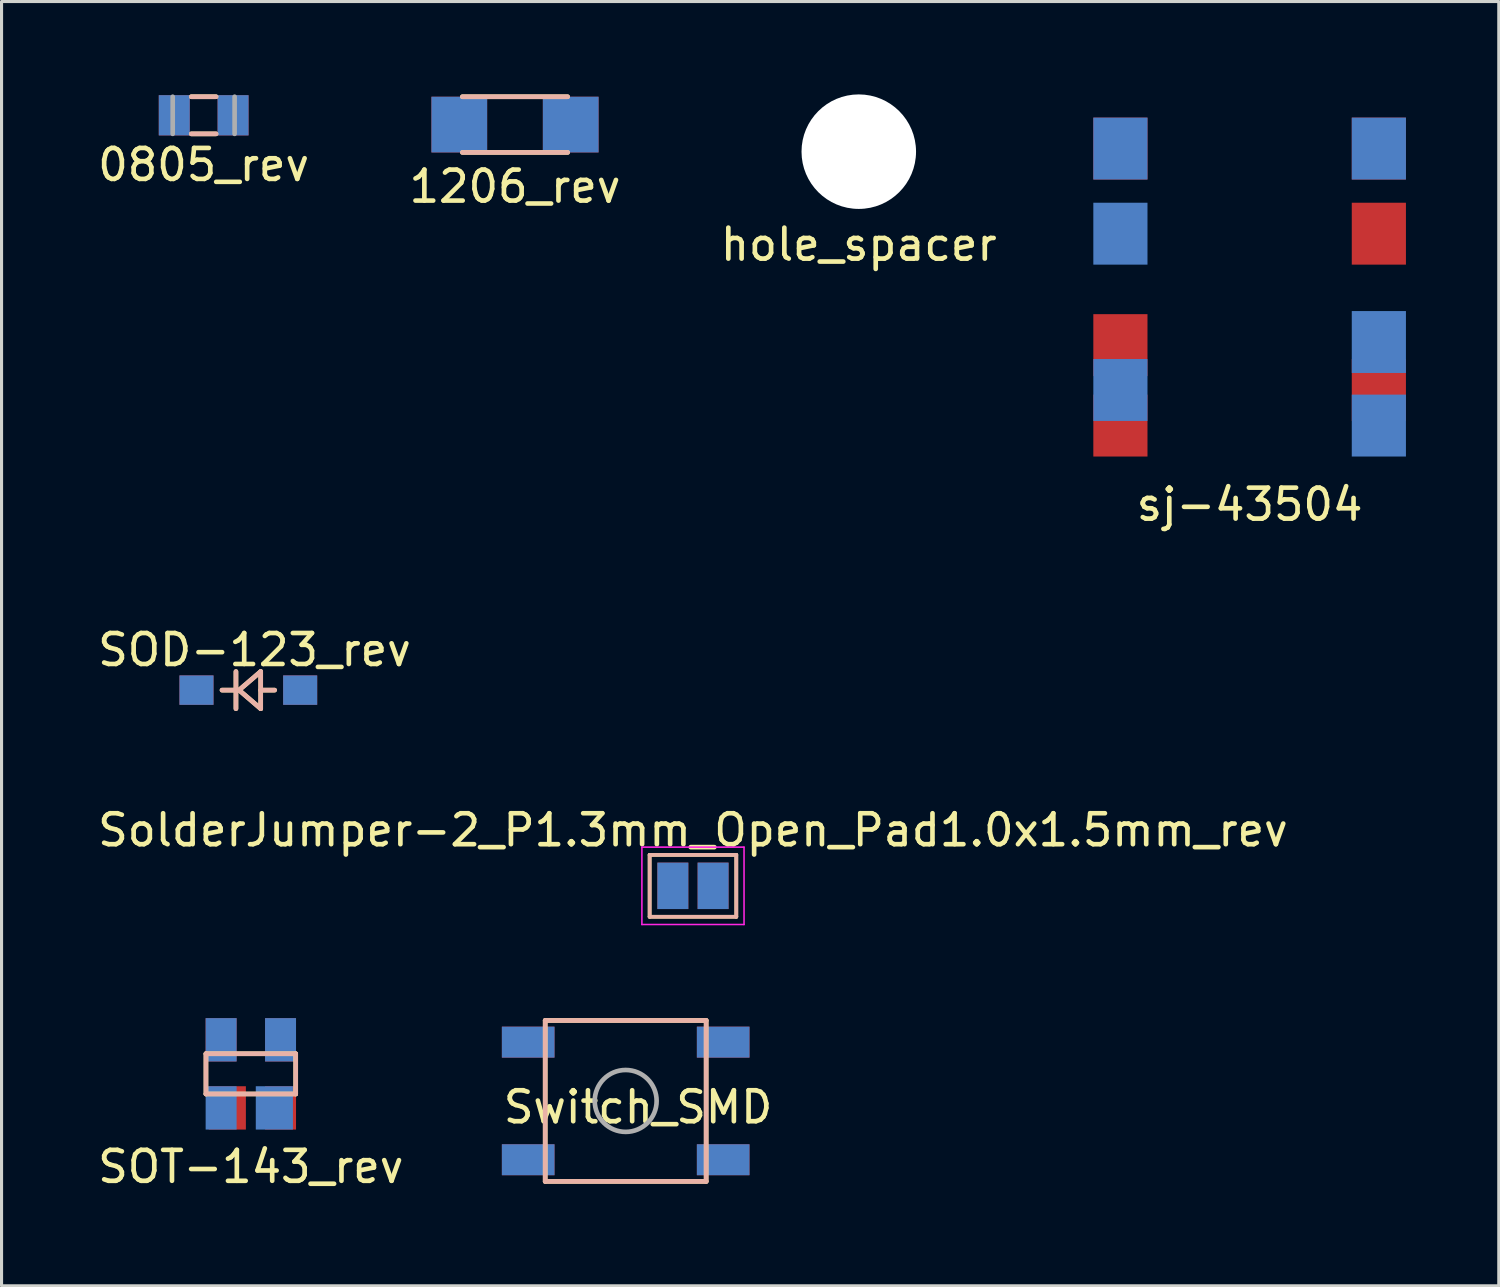
<source format=kicad_pcb>
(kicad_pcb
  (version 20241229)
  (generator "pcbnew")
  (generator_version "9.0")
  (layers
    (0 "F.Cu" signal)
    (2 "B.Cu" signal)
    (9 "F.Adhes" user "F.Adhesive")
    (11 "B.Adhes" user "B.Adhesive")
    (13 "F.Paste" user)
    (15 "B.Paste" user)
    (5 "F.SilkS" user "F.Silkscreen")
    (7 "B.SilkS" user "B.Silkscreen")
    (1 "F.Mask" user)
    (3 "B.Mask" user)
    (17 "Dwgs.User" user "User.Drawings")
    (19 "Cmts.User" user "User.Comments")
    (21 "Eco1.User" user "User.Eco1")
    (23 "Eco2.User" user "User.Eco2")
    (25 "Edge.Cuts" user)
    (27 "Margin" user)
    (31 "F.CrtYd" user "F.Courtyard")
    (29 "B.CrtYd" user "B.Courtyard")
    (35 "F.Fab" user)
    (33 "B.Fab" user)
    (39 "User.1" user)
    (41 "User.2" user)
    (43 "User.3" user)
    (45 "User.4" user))
  (footprint "SOD-123_rev"
    (layer "F.Cu")
    (at 4.973 19.247)
    (property "Reference" "SOD-123_rev" (at 0.2 -1.3 0) (layer "F.SilkS") (effects (font (size 1 1) (thickness 0.15))))
    (attr through_hole)
    (fp_line (start -0.85 0) (end -0.4 0) (stroke (width 0.15) (type solid)) (layer "F.SilkS"))
    (fp_line (start -0.4 -0.6) (end -0.4 0.6) (stroke (width 0.15) (type solid)) (layer "F.SilkS"))
    (fp_line (start -0.3 0) (end 0.4 -0.6) (stroke (width 0.15) (type solid)) (layer "F.SilkS"))
    (fp_line (start 0.4 -0.6) (end 0.4 0.6) (stroke (width 0.15) (type solid)) (layer "F.SilkS"))
    (fp_line (start 0.4 0.6) (end -0.3 0) (stroke (width 0.15) (type solid)) (layer "F.SilkS"))
    (fp_line (start 0.85 0) (end 0.4 0) (stroke (width 0.15) (type solid)) (layer "F.SilkS"))
    (fp_line (start -0.85 0) (end -0.4 0) (stroke (width 0.15) (type solid)) (layer "B.SilkS"))
    (fp_line (start -0.4 -0.6) (end -0.4 0.6) (stroke (width 0.15) (type solid)) (layer "B.SilkS"))
    (fp_line (start -0.3 0) (end 0.4 -0.6) (stroke (width 0.15) (type solid)) (layer "B.SilkS"))
    (fp_line (start 0.4 -0.6) (end 0.4 0.6) (stroke (width 0.15) (type solid)) (layer "B.SilkS"))
    (fp_line (start 0.4 0.6) (end -0.3 0) (stroke (width 0.15) (type solid)) (layer "B.SilkS"))
    (fp_line (start 0.85 0) (end 0.4 0) (stroke (width 0.15) (type solid)) (layer "B.SilkS"))
    (pad "1" smd rect (at -1.675 0) (size 1.1 0.95) (layers "F.Cu" "F.Mask" "F.Paste"))
    (pad "1" smd rect (at -1.675 0) (size 1.1 0.95) (layers "B.Cu" "B.Mask" "B.Paste"))
    (pad "2" smd rect (at 1.675 0) (size 1.1 0.95) (layers "F.Cu" "F.Mask" "F.Paste"))
    (pad "2" smd rect (at 1.675 0) (size 1.1 0.95) (layers "B.Cu" "B.Mask" "B.Paste")))
  (footprint "Switch_SMD"
    (layer "F.Cu")
    (at 17.165 32.52)
    (property "Reference" "Switch_SMD" (at 0.4 0.2 0) (layer "F.SilkS") (effects (font (size 1 1) (thickness 0.15))))
    (attr through_hole)
    (fp_line (start -2.6 -2.6) (end -2.6 2.6) (stroke (width 0.15) (type solid)) (layer "F.SilkS"))
    (fp_line (start -2.6 -2.6) (end 2.6 -2.6) (stroke (width 0.15) (type solid)) (layer "F.SilkS"))
    (fp_line (start -2.6 2.6) (end 2.6 2.6) (stroke (width 0.15) (type solid)) (layer "F.SilkS"))
    (fp_line (start 2.6 -2.6) (end 2.6 2.6) (stroke (width 0.15) (type solid)) (layer "F.SilkS"))
    (fp_line (start -2.6 -2.6) (end -2.6 2.6) (stroke (width 0.15) (type solid)) (layer "B.SilkS"))
    (fp_line (start -2.6 -2.6) (end 2.6 -2.6) (stroke (width 0.15) (type solid)) (layer "B.SilkS"))
    (fp_line (start -2.6 2.6) (end 2.6 2.6) (stroke (width 0.15) (type solid)) (layer "B.SilkS"))
    (fp_line (start 2.6 -2.6) (end 2.6 2.6) (stroke (width 0.15) (type solid)) (layer "B.SilkS"))
    (fp_circle (center 0 0) (end 1 0) (stroke (width 0.15) (type solid)) (fill no) (layer "F.Fab"))
    (pad "1" smd rect (at -3.15 -1.9) (size 1.7 1) (layers "F.Cu" "F.Mask" "F.Paste"))
    (pad "1" smd rect (at -3.15 -1.9) (size 1.7 1) (layers "B.Cu" "B.Mask" "B.Paste"))
    (pad "1" smd rect (at 3.15 -1.9) (size 1.7 1) (layers "F.Cu" "F.Mask" "F.Paste"))
    (pad "1" smd rect (at 3.15 -1.9) (size 1.7 1) (layers "B.Cu" "B.Mask" "B.Paste"))
    (pad "2" smd rect (at -3.15 1.9) (size 1.7 1) (layers "F.Cu" "F.Mask" "F.Paste"))
    (pad "2" smd rect (at -3.15 1.9) (size 1.7 1) (layers "B.Cu" "B.Mask" "B.Paste"))
    (pad "2" smd rect (at 3.15 1.9) (size 1.7 1) (layers "F.Cu" "F.Mask" "F.Paste"))
    (pad "2" smd rect (at 3.15 1.9) (size 1.7 1) (layers "B.Cu" "B.Mask" "B.Paste")))
  (footprint "SOT-143_rev"
    (layer "F.Cu")
    (at 5.054 31.645)
    (property "Reference" "SOT-143_rev" (at 0 3 0) (layer "F.SilkS") (effects (font (size 1 1) (thickness 0.15))))
    (attr through_hole)
    (fp_line (start -1.45 -0.65) (end -1.45 0.65) (stroke (width 0.15) (type solid)) (layer "F.SilkS"))
    (fp_line (start -1.45 -0.65) (end 1.45 -0.65) (stroke (width 0.15) (type solid)) (layer "F.SilkS"))
    (fp_line (start -1.45 0.65) (end 1.45 0.65) (stroke (width 0.15) (type solid)) (layer "F.SilkS"))
    (fp_line (start 1.45 -0.65) (end 1.45 0.65) (stroke (width 0.15) (type solid)) (layer "F.SilkS"))
    (fp_line (start -1.45 -0.65) (end -1.45 0.65) (stroke (width 0.15) (type solid)) (layer "B.SilkS"))
    (fp_line (start -1.45 -0.65) (end 1.45 -0.65) (stroke (width 0.15) (type solid)) (layer "B.SilkS"))
    (fp_line (start -1.45 0.65) (end 1.45 0.65) (stroke (width 0.15) (type solid)) (layer "B.SilkS"))
    (fp_line (start 1.45 -0.65) (end 1.45 0.65) (stroke (width 0.15) (type solid)) (layer "B.SilkS"))
    (pad "1" smd rect (at -0.76 1.1) (size 1.2 1.4) (layers "F.Cu" "F.Mask" "F.Paste"))
    (pad "1" smd rect (at 0.76 1.1) (size 1.2 1.4) (layers "B.Cu" "B.Mask" "B.Paste"))
    (pad "2" smd rect (at -0.96 1.1) (size 1 1.4) (layers "B.Cu" "B.Mask" "B.Paste"))
    (pad "2" smd rect (at 0.96 1.1) (size 1 1.4) (layers "F.Cu" "F.Mask" "F.Paste"))
    (pad "3" smd rect (at -0.96 -1.1) (size 1 1.4) (layers "B.Cu" "B.Mask" "B.Paste"))
    (pad "3" smd rect (at 0.96 -1.1) (size 1 1.4) (layers "F.Cu" "F.Mask" "F.Paste"))
    (pad "4" smd rect (at -0.96 -1.1) (size 1 1.4) (layers "F.Cu" "F.Mask" "F.Paste"))
    (pad "4" smd rect (at 0.96 -1.1) (size 1 1.4) (layers "B.Cu" "B.Mask" "B.Paste")))
  (footprint "1206_rev"
    (layer "F.Cu")
    (at 13.589 0.975)
    (property "Reference" "1206_rev" (at 0 2 0) (layer "F.SilkS") (effects (font (size 1 1) (thickness 0.15))))
    (attr through_hole)
    (fp_line (start -1.7 -0.9) (end 1.7 -0.9) (stroke (width 0.15) (type solid)) (layer "F.SilkS"))
    (fp_line (start -1.7 0.9) (end 1.7 0.9) (stroke (width 0.15) (type solid)) (layer "F.SilkS"))
    (fp_line (start -1.7 -0.9) (end 1.7 -0.9) (stroke (width 0.15) (type solid)) (layer "B.SilkS"))
    (fp_line (start -1.7 0.9) (end 1.7 0.9) (stroke (width 0.15) (type solid)) (layer "B.SilkS"))
    (pad "1" smd rect (at -1.8 0) (size 1.8 1.8) (layers "F.Cu" "F.Mask" "F.Paste"))
    (pad "1" smd rect (at -1.8 0) (size 1.8 1.8) (layers "B.Cu" "B.Mask" "B.Paste"))
    (pad "2" smd rect (at 1.8 0) (size 1.8 1.8) (layers "F.Cu" "F.Mask" "F.Paste"))
    (pad "2" smd rect (at 1.8 0) (size 1.8 1.8) (layers "B.Cu" "B.Mask" "B.Paste")))
  (footprint "0805_rev"
    (layer "F.Cu")
    (at 3.53 0.675)
    (property "Reference" "0805_rev" (at 0 1.6 0) (layer "F.SilkS") (effects (font (size 1 1) (thickness 0.15))))
    (attr through_hole)
    (fp_line (start -0.4 -0.6) (end 0.4 -0.6) (stroke (width 0.15) (type solid)) (layer "F.SilkS"))
    (fp_line (start 0.4 0.6) (end -0.4 0.6) (stroke (width 0.15) (type solid)) (layer "F.SilkS"))
    (fp_line (start -0.4 -0.6) (end 0.4 -0.6) (stroke (width 0.15) (type solid)) (layer "B.SilkS"))
    (fp_line (start 0.4 0.6) (end -0.4 0.6) (stroke (width 0.15) (type solid)) (layer "B.SilkS"))
    (fp_line (start -1 0.6) (end -1 -0.6) (stroke (width 0.15) (type solid)) (layer "F.Fab"))
    (fp_line (start 1 -0.6) (end 1 0.6) (stroke (width 0.15) (type solid)) (layer "F.Fab"))
    (pad "1" smd rect (at -0.95 0) (size 1 1.3) (layers "F.Cu" "F.Mask" "F.Paste"))
    (pad "1" smd rect (at -0.95 0) (size 1 1.3) (layers "B.Cu" "B.Mask" "B.Paste"))
    (pad "2" smd rect (at 0.95 0) (size 1 1.3) (layers "F.Cu" "F.Mask" "F.Paste"))
    (pad "2" smd rect (at 0.95 0) (size 1 1.3) (layers "B.Cu" "B.Mask" "B.Paste")))
  (footprint "sj-43504"
    (layer "F.Cu")
    (at 34.024 0.25)
    (property "Reference" "sj-43504" (at 3.3 13 0) (layer "F.SilkS") (effects (font (size 1 1) (thickness 0.15))))
    (attr through_hole)
    (fp_line (start 0 0) (end 6.6 0) (stroke (width 0.15) (type solid)) (layer "Eco2.User"))
    (fp_line (start 0 11.25) (end 0 0) (stroke (width 0.15) (type solid)) (layer "Eco2.User"))
    (fp_line (start 0 11.25) (end 6.6 11.25) (stroke (width 0.15) (type solid)) (layer "Eco2.User"))
    (fp_line (start 6.6 11.25) (end 6.6 0) (stroke (width 0.15) (type solid)) (layer "Eco2.User"))
    (pad "1" smd rect (at -0.875 1.5) (size 1.75 2) (layers "B.Cu" "B.Mask" "B.Paste"))
    (pad "1" smd rect (at 7.475 1.5) (size 1.75 2) (layers "F.Cu" "F.Mask" "F.Paste"))
    (pad "2" smd rect (at -0.875 7.85) (size 1.75 2) (layers "F.Cu" "F.Mask" "F.Paste"))
    (pad "2" smd rect (at 7.475 7.75) (size 1.75 2) (layers "B.Cu" "B.Mask" "B.Paste"))
    (pad "3" smd rect (at -0.875 4.25) (size 1.75 2) (layers "B.Cu" "B.Mask" "B.Paste"))
    (pad "3" smd rect (at 7.475 4.25) (size 1.75 2) (layers "F.Cu" "F.Mask" "F.Paste"))
    (pad "4" smd rect (at -0.875 1.5) (size 1.75 2) (layers "F.Cu" "F.Mask" "F.Paste"))
    (pad "4" smd rect (at 7.475 1.5) (size 1.75 2) (layers "B.Cu" "B.Mask" "B.Paste"))
    (pad "5" smd rect (at -0.875 10.45) (size 1.75 2) (layers "F.Cu" "F.Mask" "F.Paste"))
    (pad "5" smd rect (at 7.475 10.45) (size 1.75 2) (layers "B.Cu" "B.Mask" "B.Paste"))
    (pad "6" smd rect (at -0.875 9.3) (size 1.75 2) (layers "B.Cu" "B.Mask" "B.Paste"))
    (pad "6" smd rect (at 7.475 9.3) (size 1.75 2) (layers "F.Cu" "F.Mask" "F.Paste")))
  (footprint "hole_spacer"
    (layer "F.Cu")
    (at 24.696 1.85)
    (property "Reference" "hole_spacer" (at 0 3 0) (layer "F.SilkS") (effects (font (size 1 1) (thickness 0.15))))
    (attr through_hole)
    (pad "" np_thru_hole circle (at 0 0) (size 3.7 3.7) (drill 3.7) (layers "*.Cu" "*.Mask")))
  (footprint "SolderJumper-2_P1.3mm_Open_Pad1.0x1.5mm_rev"
    (layer "F.Cu")
    (at 19.339 25.57)
    (property "Reference" "SolderJumper-2_P1.3mm_Open_Pad1.0x1.5mm_rev" (at 0 -1.8 0) (layer "F.SilkS") (effects (font (size 1 1) (thickness 0.15))))
    (attr exclude_from_pos_files exclude_from_bom)
    (fp_line (start -1.4 -1) (end 1.4 -1) (stroke (width 0.12) (type solid)) (layer "F.SilkS"))
    (fp_line (start -1.4 1) (end -1.4 -1) (stroke (width 0.12) (type solid)) (layer "F.SilkS"))
    (fp_line (start 1.4 -1) (end 1.4 1) (stroke (width 0.12) (type solid)) (layer "F.SilkS"))
    (fp_line (start 1.4 1) (end -1.4 1) (stroke (width 0.12) (type solid)) (layer "F.SilkS"))
    (fp_line (start -1.4 -1) (end 1.4 -1) (stroke (width 0.12) (type solid)) (layer "B.SilkS"))
    (fp_line (start -1.4 1) (end -1.4 -1) (stroke (width 0.12) (type solid)) (layer "B.SilkS"))
    (fp_line (start 1.4 -1) (end 1.4 1) (stroke (width 0.12) (type solid)) (layer "B.SilkS"))
    (fp_line (start 1.4 1) (end -1.4 1) (stroke (width 0.12) (type solid)) (layer "B.SilkS"))
    (fp_line (start -1.65 -1.25) (end -1.65 1.25) (stroke (width 0.05) (type solid)) (layer "F.CrtYd"))
    (fp_line (start -1.65 -1.25) (end 1.65 -1.25) (stroke (width 0.05) (type solid)) (layer "F.CrtYd"))
    (fp_line (start 1.65 1.25) (end -1.65 1.25) (stroke (width 0.05) (type solid)) (layer "F.CrtYd"))
    (fp_line (start 1.65 1.25) (end 1.65 -1.25) (stroke (width 0.05) (type solid)) (layer "F.CrtYd"))
    (pad "1" smd rect (at -0.65 0) (size 1 1.5) (layers "F.Cu" "F.Mask"))
    (pad "1" smd rect (at -0.65 0) (size 1 1.5) (layers "B.Cu" "B.Mask"))
    (pad "2" smd rect (at 0.65 0) (size 1 1.5) (layers "F.Cu" "F.Mask"))
    (pad "2" smd rect (at 0.65 0) (size 1 1.5) (layers "B.Cu" "B.Mask")))
  (gr_rect
    (start -3 -3)
    (end 45.374 38.493)
    (stroke (width 0.1) (type default))
    (fill no)
    (layer "Edge.Cuts")))
</source>
